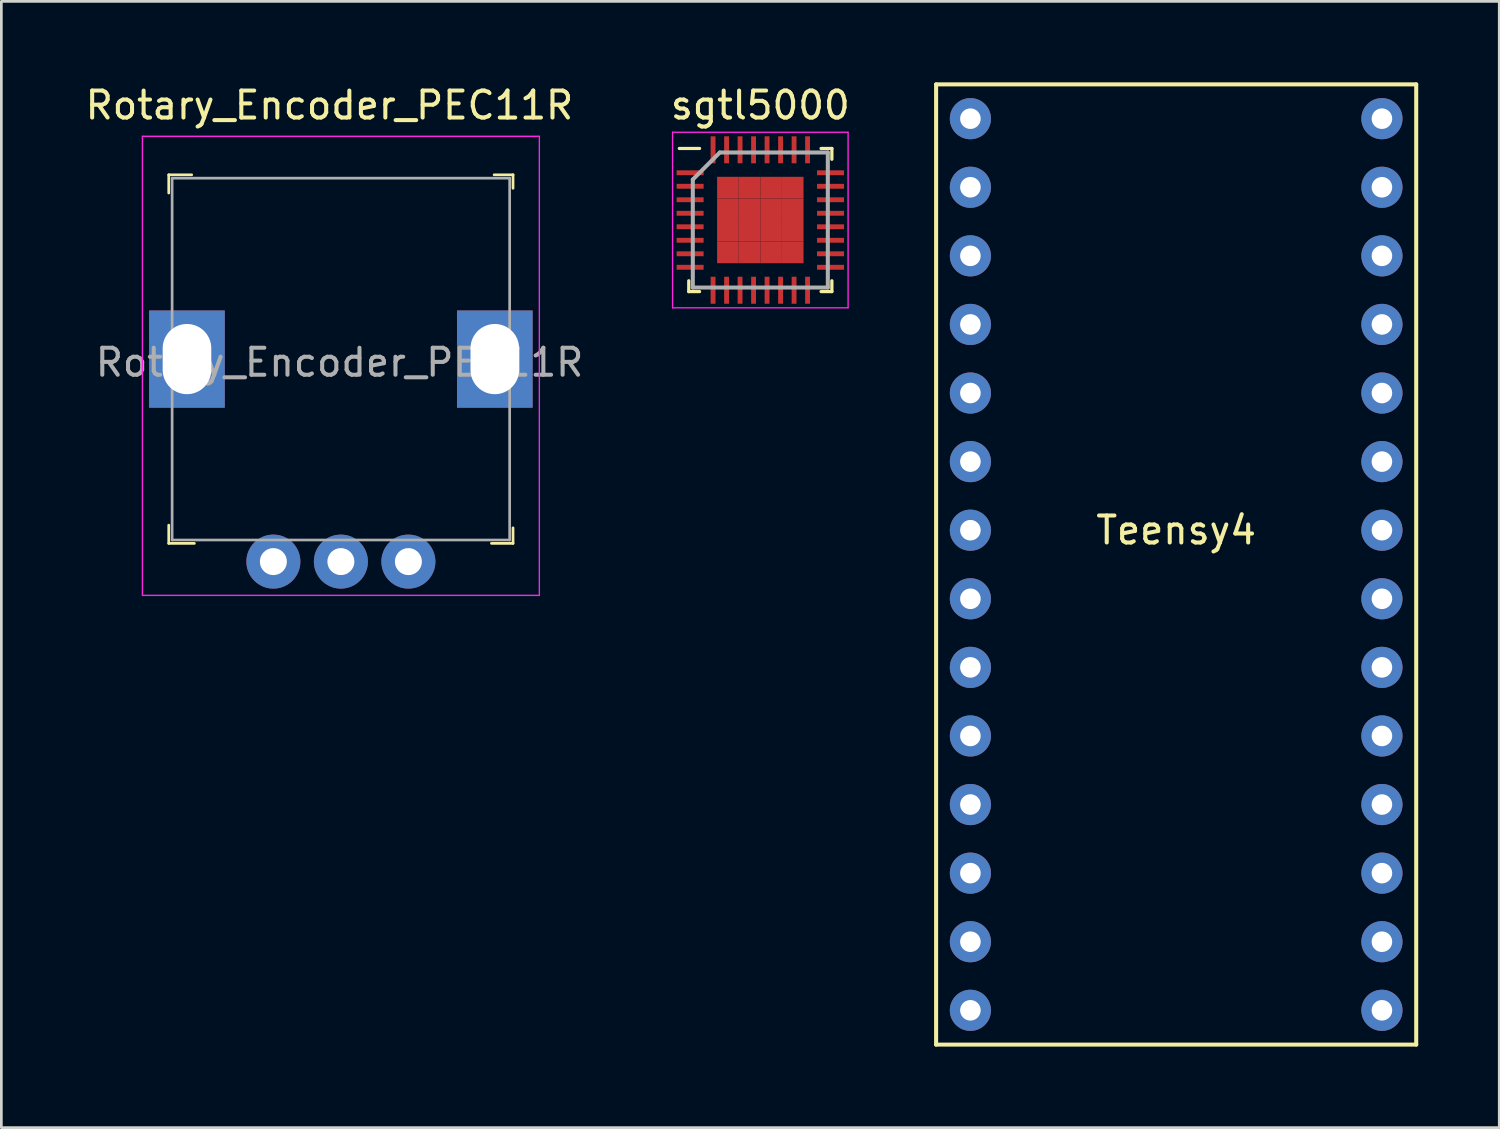
<source format=kicad_pcb>
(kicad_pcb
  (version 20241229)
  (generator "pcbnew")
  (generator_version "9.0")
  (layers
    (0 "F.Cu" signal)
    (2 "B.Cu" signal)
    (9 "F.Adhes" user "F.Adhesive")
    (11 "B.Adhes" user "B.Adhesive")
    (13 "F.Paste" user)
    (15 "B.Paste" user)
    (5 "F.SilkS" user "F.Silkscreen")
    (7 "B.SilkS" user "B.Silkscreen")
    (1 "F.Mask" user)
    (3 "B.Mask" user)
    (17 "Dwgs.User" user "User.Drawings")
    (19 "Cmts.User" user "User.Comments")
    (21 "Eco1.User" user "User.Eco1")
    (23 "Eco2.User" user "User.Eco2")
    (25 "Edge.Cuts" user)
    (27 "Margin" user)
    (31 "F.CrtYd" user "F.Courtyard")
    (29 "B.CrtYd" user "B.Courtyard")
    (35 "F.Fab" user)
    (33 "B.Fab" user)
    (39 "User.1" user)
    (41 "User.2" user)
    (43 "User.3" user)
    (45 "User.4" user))
  (footprint "Teensy4"
    (layer "F.Cu")
    (at 40.507 17.855)
    (property "Reference" "Teensy4" (at 0 -1.27 180) (layer "F.SilkS") (effects (font (size 1 1) (thickness 0.15))))
    (attr through_hole)
    (fp_line (start -8.89 -17.78) (end 8.89 -17.78) (stroke (width 0.15) (type solid)) (layer "F.SilkS"))
    (fp_line (start -8.89 17.78) (end -8.89 -17.78) (stroke (width 0.15) (type solid)) (layer "F.SilkS"))
    (fp_line (start 8.89 -17.78) (end 8.89 17.78) (stroke (width 0.15) (type solid)) (layer "F.SilkS"))
    (fp_line (start 8.89 17.78) (end -8.89 17.78) (stroke (width 0.15) (type solid)) (layer "F.SilkS"))
    (pad "0" thru_hole circle (at -7.62 -13.97) (size 1.524 1.524) (drill 0.762) (layers "*.Cu" "*.Mask"))
    (pad "1" thru_hole circle (at -7.62 -11.43) (size 1.524 1.524) (drill 0.762) (layers "*.Cu" "*.Mask"))
    (pad "2" thru_hole circle (at -7.62 -8.89) (size 1.524 1.524) (drill 0.762) (layers "*.Cu" "*.Mask"))
    (pad "3" thru_hole circle (at -7.62 -6.35) (size 1.524 1.524) (drill 0.762) (layers "*.Cu" "*.Mask"))
    (pad "3v3" thru_hole circle (at 7.62 -11.43) (size 1.524 1.524) (drill 0.762) (layers "*.Cu" "*.Mask"))
    (pad "4" thru_hole circle (at -7.62 -3.81) (size 1.524 1.524) (drill 0.762) (layers "*.Cu" "*.Mask"))
    (pad "5" thru_hole circle (at -7.62 -1.27) (size 1.524 1.524) (drill 0.762) (layers "*.Cu" "*.Mask"))
    (pad "6" thru_hole circle (at -7.62 1.27) (size 1.524 1.524) (drill 0.762) (layers "*.Cu" "*.Mask"))
    (pad "7" thru_hole circle (at -7.62 3.81) (size 1.524 1.524) (drill 0.762) (layers "*.Cu" "*.Mask"))
    (pad "8" thru_hole circle (at -7.62 6.35) (size 1.524 1.524) (drill 0.762) (layers "*.Cu" "*.Mask"))
    (pad "9" thru_hole circle (at -7.62 8.89) (size 1.524 1.524) (drill 0.762) (layers "*.Cu" "*.Mask"))
    (pad "10" thru_hole circle (at -7.62 11.43) (size 1.524 1.524) (drill 0.762) (layers "*.Cu" "*.Mask"))
    (pad "11" thru_hole circle (at -7.62 13.97) (size 1.524 1.524) (drill 0.762) (layers "*.Cu" "*.Mask"))
    (pad "12" thru_hole circle (at -7.62 16.51) (size 1.524 1.524) (drill 0.762) (layers "*.Cu" "*.Mask"))
    (pad "13" thru_hole circle (at 7.62 16.51) (size 1.524 1.524) (drill 0.762) (layers "*.Cu" "*.Mask"))
    (pad "14" thru_hole circle (at 7.62 13.97) (size 1.524 1.524) (drill 0.762) (layers "*.Cu" "*.Mask"))
    (pad "15" thru_hole circle (at 7.62 11.43) (size 1.524 1.524) (drill 0.762) (layers "*.Cu" "*.Mask"))
    (pad "16" thru_hole circle (at 7.62 8.89) (size 1.524 1.524) (drill 0.762) (layers "*.Cu" "*.Mask"))
    (pad "17" thru_hole circle (at 7.62 6.35) (size 1.524 1.524) (drill 0.762) (layers "*.Cu" "*.Mask"))
    (pad "18" thru_hole circle (at 7.62 3.81) (size 1.524 1.524) (drill 0.762) (layers "*.Cu" "*.Mask"))
    (pad "19" thru_hole circle (at 7.62 1.27) (size 1.524 1.524) (drill 0.762) (layers "*.Cu" "*.Mask"))
    (pad "20" thru_hole circle (at 7.62 -1.27) (size 1.524 1.524) (drill 0.762) (layers "*.Cu" "*.Mask"))
    (pad "21" thru_hole circle (at 7.62 -3.81) (size 1.524 1.524) (drill 0.762) (layers "*.Cu" "*.Mask"))
    (pad "22" thru_hole circle (at 7.62 -6.35) (size 1.524 1.524) (drill 0.762) (layers "*.Cu" "*.Mask"))
    (pad "23" thru_hole circle (at 7.62 -8.89) (size 1.524 1.524) (drill 0.762) (layers "*.Cu" "*.Mask"))
    (pad "GND" thru_hole circle (at -7.62 -16.51) (size 1.524 1.524) (drill 0.762) (layers "*.Cu" "*.Mask"))
    (pad "GND" thru_hole circle (at 7.62 -13.97) (size 1.524 1.524) (drill 0.762) (layers "*.Cu" "*.Mask"))
    (pad "Vin" thru_hole circle (at 7.62 -16.51) (size 1.524 1.524) (drill 0.762) (layers "*.Cu" "*.Mask")))
  (footprint "sgtl5000"
    (layer "F.Cu")
    (at 25.107 5.098)
    (property "Reference" "sgtl5000" (at 0 -4.25 0) (layer "F.SilkS") (effects (font (size 1 1) (thickness 0.15))))
    (attr smd)
    (fp_line (start -2.65 2.65) (end -2.65 2.25) (stroke (width 0.12) (type solid)) (layer "F.SilkS"))
    (fp_line (start -2.25 -2.65) (end -3 -2.65) (stroke (width 0.12) (type solid)) (layer "F.SilkS"))
    (fp_line (start -2.25 2.65) (end -2.65 2.65) (stroke (width 0.12) (type solid)) (layer "F.SilkS"))
    (fp_line (start 2.25 -2.65) (end 2.65 -2.65) (stroke (width 0.12) (type solid)) (layer "F.SilkS"))
    (fp_line (start 2.25 2.65) (end 2.65 2.65) (stroke (width 0.12) (type solid)) (layer "F.SilkS"))
    (fp_line (start 2.65 -2.65) (end 2.65 -2.25) (stroke (width 0.12) (type solid)) (layer "F.SilkS"))
    (fp_line (start 2.65 2.65) (end 2.65 2.25) (stroke (width 0.12) (type solid)) (layer "F.SilkS"))
    (fp_line (start -3.25 -3.25) (end 3.25 -3.25) (stroke (width 0.05) (type solid)) (layer "F.CrtYd"))
    (fp_line (start -3.25 3.25) (end -3.25 -3.25) (stroke (width 0.05) (type solid)) (layer "F.CrtYd"))
    (fp_line (start 3.25 -3.25) (end 3.25 3.25) (stroke (width 0.05) (type solid)) (layer "F.CrtYd"))
    (fp_line (start 3.25 3.25) (end -3.25 3.25) (stroke (width 0.05) (type solid)) (layer "F.CrtYd"))
    (fp_line (start -2.5 -1.5) (end -2.5 2.5) (stroke (width 0.15) (type solid)) (layer "F.Fab"))
    (fp_line (start -2.5 2.5) (end 2.5 2.5) (stroke (width 0.15) (type solid)) (layer "F.Fab"))
    (fp_line (start -1.5 -2.5) (end -2.5 -1.5) (stroke (width 0.15) (type solid)) (layer "F.Fab"))
    (fp_line (start 2.5 -2.5) (end -1.5 -2.5) (stroke (width 0.15) (type solid)) (layer "F.Fab"))
    (fp_line (start 2.5 2.5) (end 2.5 -2.5) (stroke (width 0.15) (type solid)) (layer "F.Fab"))
    (pad "1" smd rect (at -2.6 -1.75 90) (size 0.18 1) (layers "F.Cu" "F.Mask" "F.Paste"))
    (pad "2" smd rect (at -2.6 -1.25 90) (size 0.18 1) (layers "F.Cu" "F.Mask" "F.Paste"))
    (pad "3" smd rect (at -2.6 -0.75 90) (size 0.18 1) (layers "F.Cu" "F.Mask" "F.Paste"))
    (pad "4" smd rect (at -2.6 -0.25 90) (size 0.18 1) (layers "F.Cu" "F.Mask" "F.Paste"))
    (pad "5" smd rect (at -2.6 0.25 90) (size 0.18 1) (layers "F.Cu" "F.Mask" "F.Paste"))
    (pad "6" smd rect (at -2.6 0.75 90) (size 0.18 1) (layers "F.Cu" "F.Mask" "F.Paste"))
    (pad "7" smd rect (at -2.6 1.25 90) (size 0.18 1) (layers "F.Cu" "F.Mask" "F.Paste"))
    (pad "8" smd rect (at -2.6 1.75 90) (size 0.18 1) (layers "F.Cu" "F.Mask" "F.Paste"))
    (pad "9" smd rect (at -1.75 2.6) (size 0.18 1) (layers "F.Cu" "F.Mask" "F.Paste"))
    (pad "10" smd rect (at -1.25 2.6) (size 0.18 1) (layers "F.Cu" "F.Mask" "F.Paste"))
    (pad "11" smd rect (at -0.75 2.6) (size 0.18 1) (layers "F.Cu" "F.Mask" "F.Paste"))
    (pad "12" smd rect (at -0.25 2.6) (size 0.18 1) (layers "F.Cu" "F.Mask" "F.Paste"))
    (pad "13" smd rect (at 0.25 2.6) (size 0.18 1) (layers "F.Cu" "F.Mask" "F.Paste"))
    (pad "14" smd rect (at 0.75 2.6) (size 0.18 1) (layers "F.Cu" "F.Mask" "F.Paste"))
    (pad "15" smd rect (at 1.25 2.6) (size 0.18 1) (layers "F.Cu" "F.Mask" "F.Paste"))
    (pad "16" smd rect (at 1.75 2.6) (size 0.18 1) (layers "F.Cu" "F.Mask" "F.Paste"))
    (pad "17" smd rect (at 2.6 1.75 90) (size 0.18 1) (layers "F.Cu" "F.Mask" "F.Paste"))
    (pad "18" smd rect (at 2.6 1.25 90) (size 0.18 1) (layers "F.Cu" "F.Mask" "F.Paste"))
    (pad "19" smd rect (at 2.6 0.75 90) (size 0.18 1) (layers "F.Cu" "F.Mask" "F.Paste"))
    (pad "20" smd rect (at 2.6 0.25 90) (size 0.18 1) (layers "F.Cu" "F.Mask" "F.Paste"))
    (pad "21" smd rect (at 2.6 -0.25 90) (size 0.18 1) (layers "F.Cu" "F.Mask" "F.Paste"))
    (pad "22" smd rect (at 2.6 -0.75 90) (size 0.18 1) (layers "F.Cu" "F.Mask" "F.Paste"))
    (pad "23" smd rect (at 2.6 -1.25 90) (size 0.18 1) (layers "F.Cu" "F.Mask" "F.Paste"))
    (pad "24" smd rect (at 2.6 -1.75 90) (size 0.18 1) (layers "F.Cu" "F.Mask" "F.Paste"))
    (pad "25" smd rect (at 1.75 -2.6) (size 0.18 1) (layers "F.Cu" "F.Mask" "F.Paste"))
    (pad "26" smd rect (at 1.25 -2.6) (size 0.18 1) (layers "F.Cu" "F.Mask" "F.Paste"))
    (pad "27" smd rect (at 0.75 -2.6) (size 0.18 1) (layers "F.Cu" "F.Mask" "F.Paste"))
    (pad "28" smd rect (at 0.25 -2.6) (size 0.18 1) (layers "F.Cu" "F.Mask" "F.Paste"))
    (pad "29" smd rect (at -0.25 -2.6) (size 0.18 1) (layers "F.Cu" "F.Mask" "F.Paste"))
    (pad "30" smd rect (at -0.75 -2.6) (size 0.18 1) (layers "F.Cu" "F.Mask" "F.Paste"))
    (pad "31" smd rect (at -1.25 -2.6) (size 0.18 1) (layers "F.Cu" "F.Mask" "F.Paste"))
    (pad "32" smd rect (at -1.75 -2.6) (size 0.18 1) (layers "F.Cu" "F.Mask" "F.Paste"))
    (pad "33" smd rect (at -1.2 -1.2) (size 0.8 0.8) (layers "F.Cu" "F.Mask" "F.Paste"))
    (pad "33" smd rect (at -1.2 -0.4) (size 0.8 0.8) (layers "F.Cu" "F.Mask" "F.Paste"))
    (pad "33" smd rect (at -1.2 0.4) (size 0.8 0.8) (layers "F.Cu" "F.Mask" "F.Paste"))
    (pad "33" smd rect (at -1.2 1.2) (size 0.8 0.8) (layers "F.Cu" "F.Mask" "F.Paste"))
    (pad "33" smd rect (at -0.4 -1.2) (size 0.8 0.8) (layers "F.Cu" "F.Mask" "F.Paste"))
    (pad "33" smd rect (at -0.4 -0.4) (size 0.8 0.8) (layers "F.Cu" "F.Mask" "F.Paste"))
    (pad "33" smd rect (at -0.4 0.4) (size 0.8 0.8) (layers "F.Cu" "F.Mask" "F.Paste"))
    (pad "33" smd rect (at -0.4 1.2) (size 0.8 0.8) (layers "F.Cu" "F.Mask" "F.Paste"))
    (pad "33" smd rect (at 0.4 -1.2) (size 0.8 0.8) (layers "F.Cu" "F.Mask" "F.Paste"))
    (pad "33" smd rect (at 0.4 -0.4) (size 0.8 0.8) (layers "F.Cu" "F.Mask" "F.Paste"))
    (pad "33" smd rect (at 0.4 0.4) (size 0.8 0.8) (layers "F.Cu" "F.Mask" "F.Paste"))
    (pad "33" smd rect (at 0.4 1.2) (size 0.8 0.8) (layers "F.Cu" "F.Mask" "F.Paste"))
    (pad "33" smd rect (at 1.2 -1.2) (size 0.8 0.8) (layers "F.Cu" "F.Mask" "F.Paste"))
    (pad "33" smd rect (at 1.2 -0.4) (size 0.8 0.8) (layers "F.Cu" "F.Mask" "F.Paste"))
    (pad "33" smd rect (at 1.2 0.4) (size 0.8 0.8) (layers "F.Cu" "F.Mask" "F.Paste"))
    (pad "33" smd rect (at 1.2 1.2) (size 0.8 0.8) (layers "F.Cu" "F.Mask" "F.Paste")))
  (footprint "Rotary_Encoder_PEC11R"
    (layer "F.Cu")
    (at 9.574 10.248)
    (property "Reference" "Rotary_Encoder_PEC11R" (at -0.425 -9.4 0) (layer "F.SilkS") (effects (font (size 1 1) (thickness 0.15))))
    (attr through_hole)
    (fp_line (start -6.375 -6.825) (end -6.375 -6.15) (stroke (width 0.1) (type solid)) (layer "F.SilkS"))
    (fp_line (start -6.375 6.825) (end -6.375 6.15) (stroke (width 0.1) (type solid)) (layer "F.SilkS"))
    (fp_line (start -5.525 -6.825) (end -6.375 -6.825) (stroke (width 0.1) (type solid)) (layer "F.SilkS"))
    (fp_line (start -5.425 6.825) (end -6.375 6.825) (stroke (width 0.1) (type solid)) (layer "F.SilkS"))
    (fp_line (start 5.675 -6.825) (end 6.375 -6.825) (stroke (width 0.1) (type solid)) (layer "F.SilkS"))
    (fp_line (start 6.375 -6.825) (end 6.375 -6.325) (stroke (width 0.1) (type solid)) (layer "F.SilkS"))
    (fp_line (start 6.375 6.25) (end 6.375 6.825) (stroke (width 0.1) (type solid)) (layer "F.SilkS"))
    (fp_line (start 6.375 6.825) (end 5.575 6.825) (stroke (width 0.1) (type solid)) (layer "F.SilkS"))
    (fp_line (start -7.35 -8.25) (end 7.35 -8.25) (stroke (width 0.05) (type solid)) (layer "F.CrtYd"))
    (fp_line (start -7.35 8.75) (end -7.35 -8.25) (stroke (width 0.05) (type solid)) (layer "F.CrtYd"))
    (fp_line (start 7.35 -8.25) (end 7.35 8.75) (stroke (width 0.05) (type solid)) (layer "F.CrtYd"))
    (fp_line (start 7.35 8.75) (end -7.35 8.75) (stroke (width 0.05) (type solid)) (layer "F.CrtYd"))
    (fp_line (start -6.25 -6.7) (end -6.25 6.7) (stroke (width 0.1) (type solid)) (layer "F.Fab"))
    (fp_line (start -6.25 -6.7) (end 6.25 -6.7) (stroke (width 0.1) (type solid)) (layer "F.Fab"))
    (fp_line (start -6.25 6.7) (end 6.25 6.7) (stroke (width 0.1) (type solid)) (layer "F.Fab"))
    (fp_line (start 6.25 -6.7) (end 6.25 6.7) (stroke (width 0.1) (type solid)) (layer "F.Fab"))
    (fp_text user "${REFERENCE}" (at -0.05 0.125 0) (layer "F.Fab") (effects (font (size 1 1) (thickness 0.15))))
    (pad "3" thru_hole rect (at -5.7 0) (size 2.8 3.6) (drill oval 1.8 2.6) (layers "*.Cu" "*.Mask"))
    (pad "3" thru_hole rect (at 5.7 0) (size 2.8 3.6) (drill oval 1.8 2.6) (layers "*.Cu" "*.Mask"))
    (pad "A" thru_hole circle (at -2.5 7.5) (size 2 2) (drill 1) (layers "*.Cu" "*.Mask"))
    (pad "B" thru_hole circle (at 2.5 7.5) (size 2 2) (drill 1) (layers "*.Cu" "*.Mask"))
    (pad "C" thru_hole circle (at 0 7.5) (size 2 2) (drill 1) (layers "*.Cu" "*.Mask")))
  (gr_rect
    (start -3 -3)
    (end 52.472 38.71)
    (stroke (width 0.1) (type default))
    (fill no)
    (layer "Edge.Cuts")))
</source>
